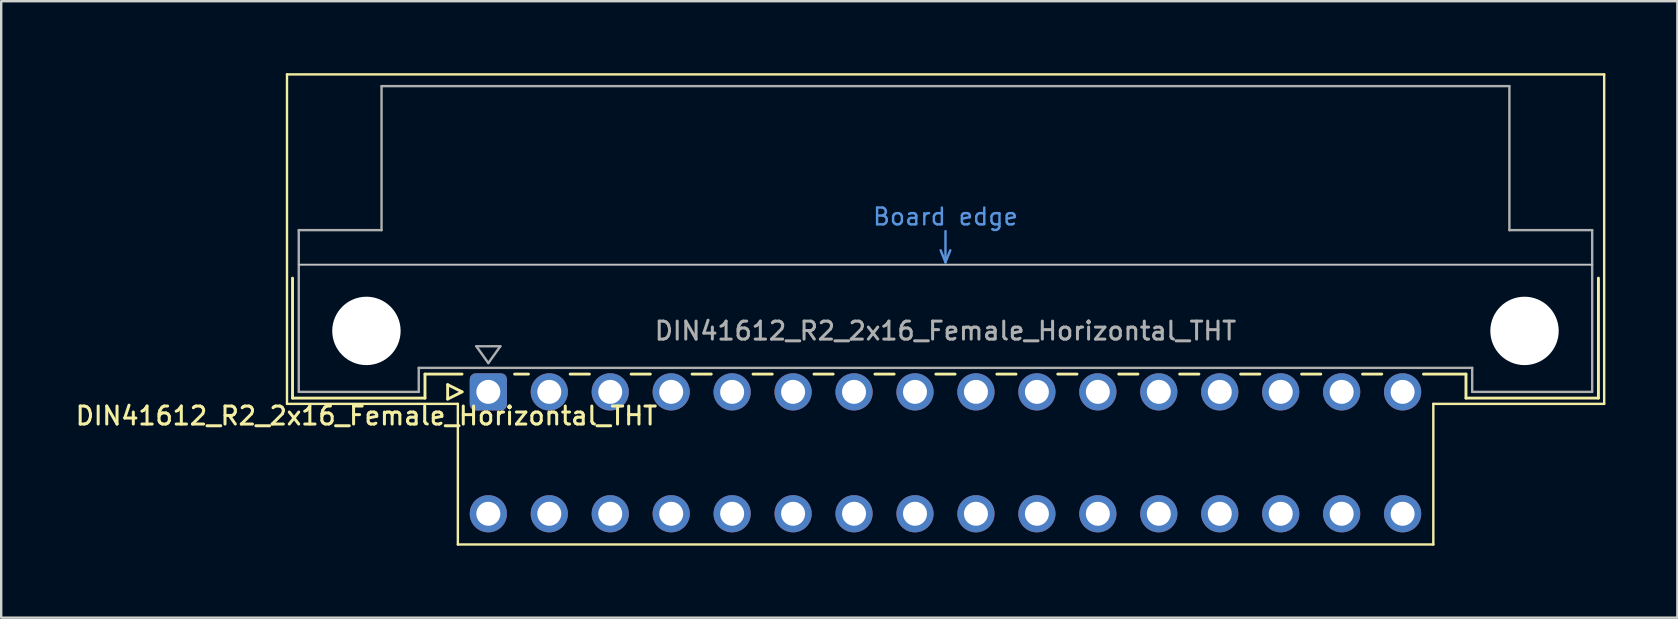
<source format=kicad_pcb>
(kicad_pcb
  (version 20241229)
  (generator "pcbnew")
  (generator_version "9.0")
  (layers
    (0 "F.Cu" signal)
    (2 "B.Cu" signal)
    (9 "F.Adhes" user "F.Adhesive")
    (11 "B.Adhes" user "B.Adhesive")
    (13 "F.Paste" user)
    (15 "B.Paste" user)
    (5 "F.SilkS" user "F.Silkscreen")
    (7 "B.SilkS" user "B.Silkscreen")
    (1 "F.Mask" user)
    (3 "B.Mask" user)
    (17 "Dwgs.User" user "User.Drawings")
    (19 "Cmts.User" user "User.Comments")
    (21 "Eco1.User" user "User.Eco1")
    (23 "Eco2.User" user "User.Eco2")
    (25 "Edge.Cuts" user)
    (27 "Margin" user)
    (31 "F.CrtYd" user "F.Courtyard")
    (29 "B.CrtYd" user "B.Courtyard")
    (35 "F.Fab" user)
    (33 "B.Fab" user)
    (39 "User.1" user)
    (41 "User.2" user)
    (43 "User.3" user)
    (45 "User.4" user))
  (footprint "DIN41612_R2_2x16_Female_Horizontal_THT"
    (layer "F.Cu")
    (at 17.3 13.28)
    (property "Reference" "DIN41612_R2_2x16_Female_Horizontal_THT" (at -5.08 1 0) (layer "F.SilkS") (effects (font (size 0.75 0.75) (thickness 0.125))))
    (attr through_hole)
    (fp_line (start -8.39 -13.23) (end -8.39 0.5) (stroke (width 0.1) (type solid)) (layer "F.SilkS"))
    (fp_line (start -8.39 0.5) (end -1.27 0.5) (stroke (width 0.1) (type solid)) (layer "F.SilkS"))
    (fp_line (start -8.16 -4.74) (end -8.16 0.26) (stroke (width 0.12) (type solid)) (layer "F.SilkS"))
    (fp_line (start -8.16 0.26) (end -2.64 0.26) (stroke (width 0.12) (type solid)) (layer "F.SilkS"))
    (fp_line (start -2.64 -0.74) (end -1.095 -0.74) (stroke (width 0.12) (type solid)) (layer "F.SilkS"))
    (fp_line (start -2.64 0.26) (end -2.64 -0.74) (stroke (width 0.12) (type solid)) (layer "F.SilkS"))
    (fp_line (start -1.695 -0.3) (end -1.695 0.3) (stroke (width 0.12) (type solid)) (layer "F.SilkS"))
    (fp_line (start -1.695 0.3) (end -1.095 0) (stroke (width 0.12) (type solid)) (layer "F.SilkS"))
    (fp_line (start -1.27 0.5) (end -1.27 6.36) (stroke (width 0.1) (type solid)) (layer "F.SilkS"))
    (fp_line (start -1.27 6.36) (end 39.38 6.36) (stroke (width 0.1) (type solid)) (layer "F.SilkS"))
    (fp_line (start -1.095 0) (end -1.695 -0.3) (stroke (width 0.12) (type solid)) (layer "F.SilkS"))
    (fp_line (start 1.095 -0.74) (end 1.671 -0.74) (stroke (width 0.12) (type solid)) (layer "F.SilkS"))
    (fp_line (start 3.41 -0.74) (end 4.211 -0.74) (stroke (width 0.12) (type solid)) (layer "F.SilkS"))
    (fp_line (start 5.95 -0.74) (end 6.751 -0.74) (stroke (width 0.12) (type solid)) (layer "F.SilkS"))
    (fp_line (start 8.49 -0.74) (end 9.291 -0.74) (stroke (width 0.12) (type solid)) (layer "F.SilkS"))
    (fp_line (start 11.03 -0.74) (end 11.831 -0.74) (stroke (width 0.12) (type solid)) (layer "F.SilkS"))
    (fp_line (start 13.57 -0.74) (end 14.371 -0.74) (stroke (width 0.12) (type solid)) (layer "F.SilkS"))
    (fp_line (start 16.11 -0.74) (end 16.911 -0.74) (stroke (width 0.12) (type solid)) (layer "F.SilkS"))
    (fp_line (start 18.65 -0.74) (end 19.451 -0.74) (stroke (width 0.12) (type solid)) (layer "F.SilkS"))
    (fp_line (start 21.19 -0.74) (end 21.991 -0.74) (stroke (width 0.12) (type solid)) (layer "F.SilkS"))
    (fp_line (start 23.73 -0.74) (end 24.531 -0.74) (stroke (width 0.12) (type solid)) (layer "F.SilkS"))
    (fp_line (start 26.27 -0.74) (end 27.071 -0.74) (stroke (width 0.12) (type solid)) (layer "F.SilkS"))
    (fp_line (start 28.81 -0.74) (end 29.611 -0.74) (stroke (width 0.12) (type solid)) (layer "F.SilkS"))
    (fp_line (start 31.35 -0.74) (end 32.151 -0.74) (stroke (width 0.12) (type solid)) (layer "F.SilkS"))
    (fp_line (start 33.89 -0.74) (end 34.691 -0.74) (stroke (width 0.12) (type solid)) (layer "F.SilkS"))
    (fp_line (start 36.43 -0.74) (end 37.231 -0.74) (stroke (width 0.12) (type solid)) (layer "F.SilkS"))
    (fp_line (start 38.97 -0.74) (end 40.74 -0.74) (stroke (width 0.12) (type solid)) (layer "F.SilkS"))
    (fp_line (start 39.38 0.5) (end 46.5 0.5) (stroke (width 0.1) (type solid)) (layer "F.SilkS"))
    (fp_line (start 39.38 6.36) (end 39.38 0.5) (stroke (width 0.1) (type solid)) (layer "F.SilkS"))
    (fp_line (start 40.74 0.26) (end 40.74 -0.74) (stroke (width 0.12) (type solid)) (layer "F.SilkS"))
    (fp_line (start 46.26 -4.74) (end 46.26 0.26) (stroke (width 0.12) (type solid)) (layer "F.SilkS"))
    (fp_line (start 46.26 0.26) (end 40.74 0.26) (stroke (width 0.12) (type solid)) (layer "F.SilkS"))
    (fp_line (start 46.5 -13.23) (end -8.39 -13.23) (stroke (width 0.1) (type solid)) (layer "F.SilkS"))
    (fp_line (start 46.5 0.5) (end 46.5 -13.23) (stroke (width 0.1) (type solid)) (layer "F.SilkS"))
    (fp_line (start -7.9 -5.3) (end 46 -5.3) (stroke (width 0.08) (type solid)) (layer "Dwgs.User"))
    (fp_line (start 18.85 -5.9) (end 19.05 -5.4) (stroke (width 0.1) (type solid)) (layer "Cmts.User"))
    (fp_line (start 19.05 -5.4) (end 19.05 -6.7) (stroke (width 0.1) (type solid)) (layer "Cmts.User"))
    (fp_line (start 19.05 -5.4) (end 19.25 -5.9) (stroke (width 0.1) (type solid)) (layer "Cmts.User"))
    (fp_line (start -7.9 -6.74) (end -7.9 0) (stroke (width 0.1) (type solid)) (layer "F.Fab"))
    (fp_line (start -7.9 0) (end -2.9 0) (stroke (width 0.1) (type solid)) (layer "F.Fab"))
    (fp_line (start -4.45 -12.74) (end -4.45 -6.74) (stroke (width 0.1) (type solid)) (layer "F.Fab"))
    (fp_line (start -4.45 -6.74) (end -7.9 -6.74) (stroke (width 0.1) (type solid)) (layer "F.Fab"))
    (fp_line (start -2.9 -1) (end 41 -1) (stroke (width 0.1) (type solid)) (layer "F.Fab"))
    (fp_line (start -2.9 0) (end -2.9 -1) (stroke (width 0.1) (type solid)) (layer "F.Fab"))
    (fp_line (start -0.5 -1.9) (end 0.5 -1.9) (stroke (width 0.1) (type solid)) (layer "F.Fab"))
    (fp_line (start 0 -1.2) (end -0.5 -1.9) (stroke (width 0.1) (type solid)) (layer "F.Fab"))
    (fp_line (start 0.5 -1.9) (end 0 -1.2) (stroke (width 0.1) (type solid)) (layer "F.Fab"))
    (fp_line (start 41 -1) (end 41 0) (stroke (width 0.1) (type solid)) (layer "F.Fab"))
    (fp_line (start 41 0) (end 46 0) (stroke (width 0.1) (type solid)) (layer "F.Fab"))
    (fp_line (start 42.55 -12.74) (end -4.45 -12.74) (stroke (width 0.1) (type solid)) (layer "F.Fab"))
    (fp_line (start 42.55 -6.74) (end 42.55 -12.74) (stroke (width 0.1) (type solid)) (layer "F.Fab"))
    (fp_line (start 46 -6.74) (end 42.55 -6.74) (stroke (width 0.1) (type solid)) (layer "F.Fab"))
    (fp_line (start 46 0) (end 46 -6.74) (stroke (width 0.1) (type solid)) (layer "F.Fab"))
    (fp_text user "Board edge" (at 19.05 -7.3 0) (layer "Cmts.User") (effects (font (size 0.7 0.7) (thickness 0.1))))
    (fp_text user "${REFERENCE}" (at 19.05 -2.54 0) (layer "F.Fab") (effects (font (size 0.75 0.75) (thickness 0.125))))
    (pad "" np_thru_hole circle (at -5.08 -2.54) (size 2.85 2.85) (drill 2.85) (layers "*.Cu" "*.Mask"))
    (pad "" np_thru_hole circle (at 43.18 -2.54) (size 2.85 2.85) (drill 2.85) (layers "*.Cu" "*.Mask"))
    (pad "a1" thru_hole roundrect (at 0 0) (size 1.55 1.55) (drill 1) (layers "*.Cu" "*.Mask") (roundrect_rratio 0.161))
    (pad "a2" thru_hole circle (at 2.54 0) (size 1.55 1.55) (drill 1) (layers "*.Cu" "*.Mask"))
    (pad "a3" thru_hole circle (at 5.08 0) (size 1.55 1.55) (drill 1) (layers "*.Cu" "*.Mask"))
    (pad "a4" thru_hole circle (at 7.62 0) (size 1.55 1.55) (drill 1) (layers "*.Cu" "*.Mask"))
    (pad "a5" thru_hole circle (at 10.16 0) (size 1.55 1.55) (drill 1) (layers "*.Cu" "*.Mask"))
    (pad "a6" thru_hole circle (at 12.7 0) (size 1.55 1.55) (drill 1) (layers "*.Cu" "*.Mask"))
    (pad "a7" thru_hole circle (at 15.24 0) (size 1.55 1.55) (drill 1) (layers "*.Cu" "*.Mask"))
    (pad "a8" thru_hole circle (at 17.78 0) (size 1.55 1.55) (drill 1) (layers "*.Cu" "*.Mask"))
    (pad "a9" thru_hole circle (at 20.32 0) (size 1.55 1.55) (drill 1) (layers "*.Cu" "*.Mask"))
    (pad "a10" thru_hole circle (at 22.86 0) (size 1.55 1.55) (drill 1) (layers "*.Cu" "*.Mask"))
    (pad "a11" thru_hole circle (at 25.4 0) (size 1.55 1.55) (drill 1) (layers "*.Cu" "*.Mask"))
    (pad "a12" thru_hole circle (at 27.94 0) (size 1.55 1.55) (drill 1) (layers "*.Cu" "*.Mask"))
    (pad "a13" thru_hole circle (at 30.48 0) (size 1.55 1.55) (drill 1) (layers "*.Cu" "*.Mask"))
    (pad "a14" thru_hole circle (at 33.02 0) (size 1.55 1.55) (drill 1) (layers "*.Cu" "*.Mask"))
    (pad "a15" thru_hole circle (at 35.56 0) (size 1.55 1.55) (drill 1) (layers "*.Cu" "*.Mask"))
    (pad "a16" thru_hole circle (at 38.1 0) (size 1.55 1.55) (drill 1) (layers "*.Cu" "*.Mask"))
    (pad "c1" thru_hole circle (at 0 5.08) (size 1.55 1.55) (drill 1) (layers "*.Cu" "*.Mask"))
    (pad "c2" thru_hole circle (at 2.54 5.08) (size 1.55 1.55) (drill 1) (layers "*.Cu" "*.Mask"))
    (pad "c3" thru_hole circle (at 5.08 5.08) (size 1.55 1.55) (drill 1) (layers "*.Cu" "*.Mask"))
    (pad "c4" thru_hole circle (at 7.62 5.08) (size 1.55 1.55) (drill 1) (layers "*.Cu" "*.Mask"))
    (pad "c5" thru_hole circle (at 10.16 5.08) (size 1.55 1.55) (drill 1) (layers "*.Cu" "*.Mask"))
    (pad "c6" thru_hole circle (at 12.7 5.08) (size 1.55 1.55) (drill 1) (layers "*.Cu" "*.Mask"))
    (pad "c7" thru_hole circle (at 15.24 5.08) (size 1.55 1.55) (drill 1) (layers "*.Cu" "*.Mask"))
    (pad "c8" thru_hole circle (at 17.78 5.08) (size 1.55 1.55) (drill 1) (layers "*.Cu" "*.Mask"))
    (pad "c9" thru_hole circle (at 20.32 5.08) (size 1.55 1.55) (drill 1) (layers "*.Cu" "*.Mask"))
    (pad "c10" thru_hole circle (at 22.86 5.08) (size 1.55 1.55) (drill 1) (layers "*.Cu" "*.Mask"))
    (pad "c11" thru_hole circle (at 25.4 5.08) (size 1.55 1.55) (drill 1) (layers "*.Cu" "*.Mask"))
    (pad "c12" thru_hole circle (at 27.94 5.08) (size 1.55 1.55) (drill 1) (layers "*.Cu" "*.Mask"))
    (pad "c13" thru_hole circle (at 30.48 5.08) (size 1.55 1.55) (drill 1) (layers "*.Cu" "*.Mask"))
    (pad "c14" thru_hole circle (at 33.02 5.08) (size 1.55 1.55) (drill 1) (layers "*.Cu" "*.Mask"))
    (pad "c15" thru_hole circle (at 35.56 5.08) (size 1.55 1.55) (drill 1) (layers "*.Cu" "*.Mask"))
    (pad "c16" thru_hole circle (at 38.1 5.08) (size 1.55 1.55) (drill 1) (layers "*.Cu" "*.Mask")))
  (gr_rect
    (start -3 -3)
    (end 66.85 22.69)
    (stroke (width 0.1) (type default))
    (fill no)
    (layer "Edge.Cuts")))
</source>
